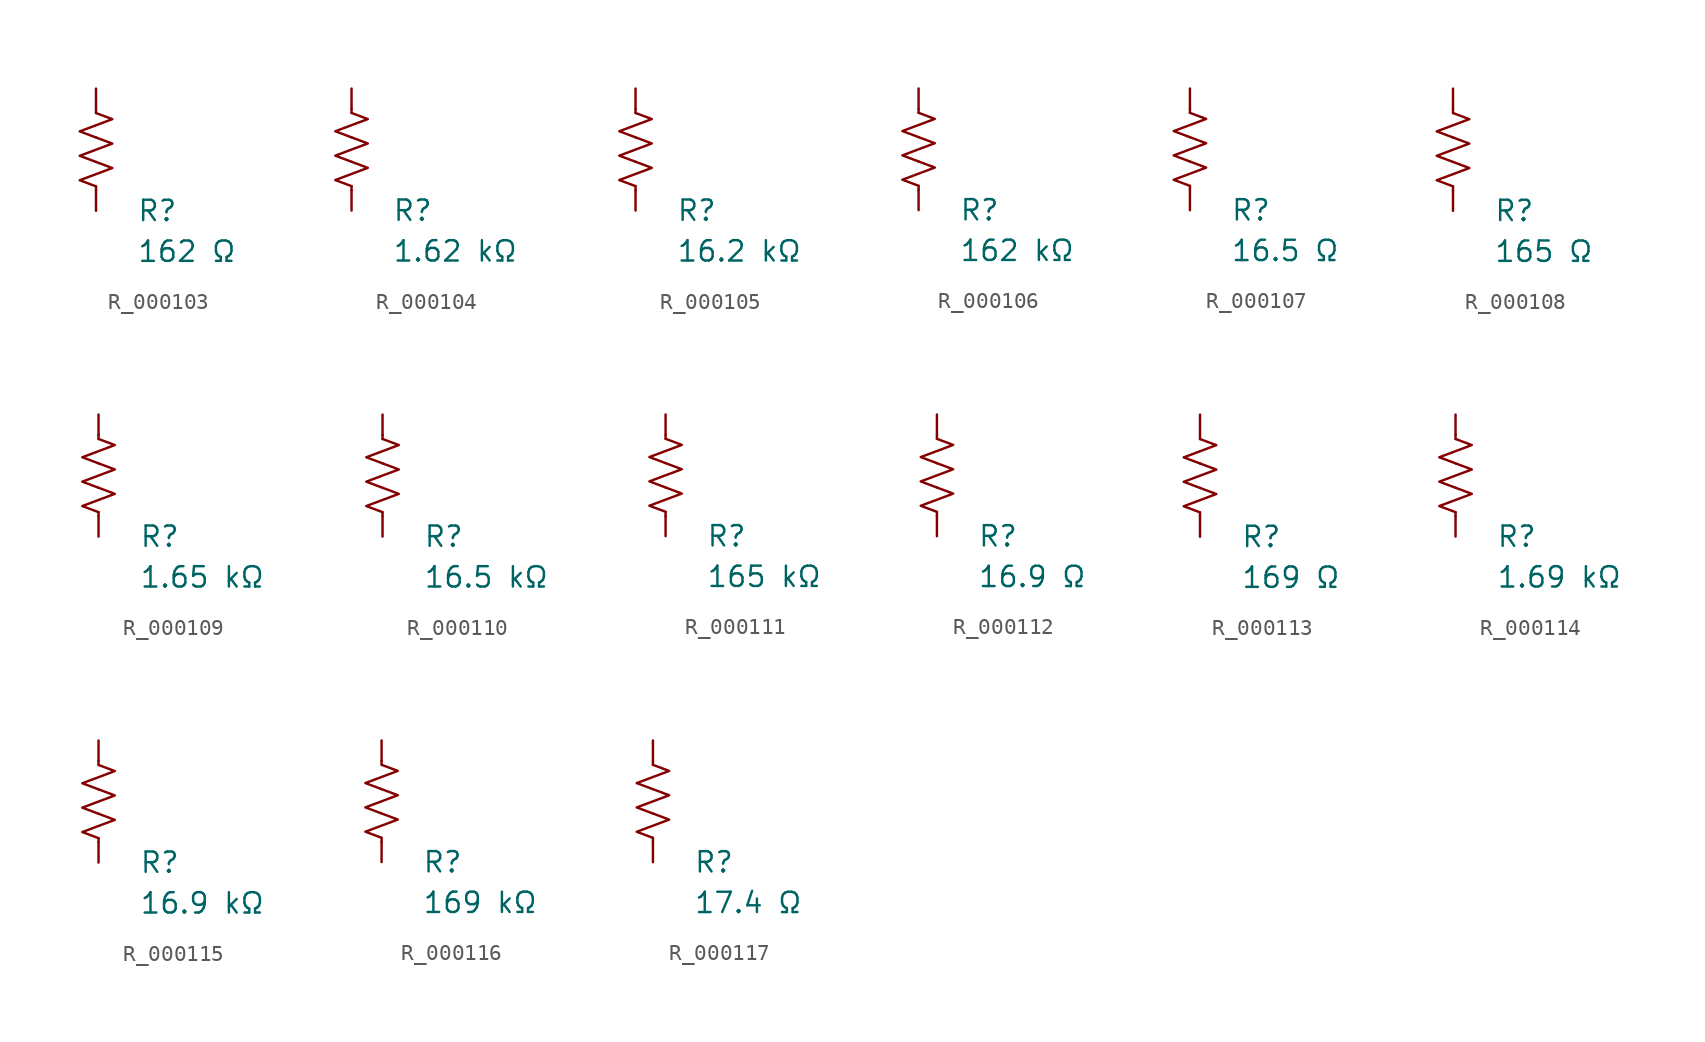
<source format=kicad_sym>
(kicad_symbol_lib
  (version 20231120)
  (generator "kicad_symbol_editor")
  (generator_version "8.0")
  (symbol "R_000103"
    (pin_numbers hide)
    (pin_names
      (offset 0))
    (property "Reference" "R"
      (at 2.54 -3.81 0)
      (effects (font (size 1.27 1.27)) (justify left))
      (show_name no))
    (property "Value" "162 Ω"
      (at 2.54 -6.35 0)
      (effects (font (size 1.27 1.27)) (justify left))
      (show_name no))
    (symbol "R_000103_0_1"
      (polyline (pts (xy 0 -2.286) (xy 0 -2.54)) (stroke (width 0) (type default)) (fill (type none)))
      (polyline (pts (xy 0 2.286) (xy 0 2.54)) (stroke (width 0) (type default)) (fill (type none)))
      (polyline (pts (xy 0 -0.762) (xy 1.016 -1.143) (xy 0 -1.524) (xy -1.016 -1.905) (xy 0 -2.286)) (stroke (width 0) (type default)) (fill (type none)))
      (polyline (pts (xy 0 0.762) (xy 1.016 0.381) (xy 0 0) (xy -1.016 -0.381) (xy 0 -0.762)) (stroke (width 0) (type default)) (fill (type none)))
      (polyline (pts (xy 0 2.286) (xy 1.016 1.905) (xy 0 1.524) (xy -1.016 1.143) (xy 0 0.762)) (stroke (width 0) (type default)) (fill (type none))))
    (symbol "R_000103_1_1"
      (pin passive line (at 0 3.81 270) (length 1.27) (name "~" (effects (font (size 1.27 1.27)))) (number "1" (effects (font (size 1.27 1.27)))))
      (pin passive line (at 0 -3.81 90) (length 1.27) (name "~" (effects (font (size 1.27 1.27)))) (number "2" (effects (font (size 1.27 1.27)))))))
  (symbol "R_000104"
    (pin_numbers hide)
    (pin_names
      (offset 0))
    (property "Reference" "R"
      (at 2.54 -3.81 0)
      (effects (font (size 1.27 1.27)) (justify left))
      (show_name no))
    (property "Value" "1.62 kΩ"
      (at 2.54 -6.35 0)
      (effects (font (size 1.27 1.27)) (justify left))
      (show_name no))
    (symbol "R_000104_0_1"
      (polyline (pts (xy 0 -2.286) (xy 0 -2.54)) (stroke (width 0) (type default)) (fill (type none)))
      (polyline (pts (xy 0 2.286) (xy 0 2.54)) (stroke (width 0) (type default)) (fill (type none)))
      (polyline (pts (xy 0 -0.762) (xy 1.016 -1.143) (xy 0 -1.524) (xy -1.016 -1.905) (xy 0 -2.286)) (stroke (width 0) (type default)) (fill (type none)))
      (polyline (pts (xy 0 0.762) (xy 1.016 0.381) (xy 0 0) (xy -1.016 -0.381) (xy 0 -0.762)) (stroke (width 0) (type default)) (fill (type none)))
      (polyline (pts (xy 0 2.286) (xy 1.016 1.905) (xy 0 1.524) (xy -1.016 1.143) (xy 0 0.762)) (stroke (width 0) (type default)) (fill (type none))))
    (symbol "R_000104_1_1"
      (pin passive line (at 0 3.81 270) (length 1.27) (name "~" (effects (font (size 1.27 1.27)))) (number "1" (effects (font (size 1.27 1.27)))))
      (pin passive line (at 0 -3.81 90) (length 1.27) (name "~" (effects (font (size 1.27 1.27)))) (number "2" (effects (font (size 1.27 1.27)))))))
  (symbol "R_000105"
    (pin_numbers hide)
    (pin_names
      (offset 0))
    (property "Reference" "R"
      (at 2.54 -3.81 0)
      (effects (font (size 1.27 1.27)) (justify left))
      (show_name no))
    (property "Value" "16.2 kΩ"
      (at 2.54 -6.35 0)
      (effects (font (size 1.27 1.27)) (justify left))
      (show_name no))
    (symbol "R_000105_0_1"
      (polyline (pts (xy 0 -2.286) (xy 0 -2.54)) (stroke (width 0) (type default)) (fill (type none)))
      (polyline (pts (xy 0 2.286) (xy 0 2.54)) (stroke (width 0) (type default)) (fill (type none)))
      (polyline (pts (xy 0 -0.762) (xy 1.016 -1.143) (xy 0 -1.524) (xy -1.016 -1.905) (xy 0 -2.286)) (stroke (width 0) (type default)) (fill (type none)))
      (polyline (pts (xy 0 0.762) (xy 1.016 0.381) (xy 0 0) (xy -1.016 -0.381) (xy 0 -0.762)) (stroke (width 0) (type default)) (fill (type none)))
      (polyline (pts (xy 0 2.286) (xy 1.016 1.905) (xy 0 1.524) (xy -1.016 1.143) (xy 0 0.762)) (stroke (width 0) (type default)) (fill (type none))))
    (symbol "R_000105_1_1"
      (pin passive line (at 0 3.81 270) (length 1.27) (name "~" (effects (font (size 1.27 1.27)))) (number "1" (effects (font (size 1.27 1.27)))))
      (pin passive line (at 0 -3.81 90) (length 1.27) (name "~" (effects (font (size 1.27 1.27)))) (number "2" (effects (font (size 1.27 1.27)))))))
  (symbol "R_000106"
    (pin_numbers hide)
    (pin_names
      (offset 0))
    (property "Reference" "R"
      (at 2.54 -3.81 0)
      (effects (font (size 1.27 1.27)) (justify left))
      (show_name no))
    (property "Value" "162 kΩ"
      (at 2.54 -6.35 0)
      (effects (font (size 1.27 1.27)) (justify left))
      (show_name no))
    (symbol "R_000106_0_1"
      (polyline (pts (xy 0 -2.286) (xy 0 -2.54)) (stroke (width 0) (type default)) (fill (type none)))
      (polyline (pts (xy 0 2.286) (xy 0 2.54)) (stroke (width 0) (type default)) (fill (type none)))
      (polyline (pts (xy 0 -0.762) (xy 1.016 -1.143) (xy 0 -1.524) (xy -1.016 -1.905) (xy 0 -2.286)) (stroke (width 0) (type default)) (fill (type none)))
      (polyline (pts (xy 0 0.762) (xy 1.016 0.381) (xy 0 0) (xy -1.016 -0.381) (xy 0 -0.762)) (stroke (width 0) (type default)) (fill (type none)))
      (polyline (pts (xy 0 2.286) (xy 1.016 1.905) (xy 0 1.524) (xy -1.016 1.143) (xy 0 0.762)) (stroke (width 0) (type default)) (fill (type none))))
    (symbol "R_000106_1_1"
      (pin passive line (at 0 3.81 270) (length 1.27) (name "~" (effects (font (size 1.27 1.27)))) (number "1" (effects (font (size 1.27 1.27)))))
      (pin passive line (at 0 -3.81 90) (length 1.27) (name "~" (effects (font (size 1.27 1.27)))) (number "2" (effects (font (size 1.27 1.27)))))))
  (symbol "R_000107"
    (pin_numbers hide)
    (pin_names
      (offset 0))
    (property "Reference" "R"
      (at 2.54 -3.81 0)
      (effects (font (size 1.27 1.27)) (justify left))
      (show_name no))
    (property "Value" "16.5 Ω"
      (at 2.54 -6.35 0)
      (effects (font (size 1.27 1.27)) (justify left))
      (show_name no))
    (symbol "R_000107_0_1"
      (polyline (pts (xy 0 -2.286) (xy 0 -2.54)) (stroke (width 0) (type default)) (fill (type none)))
      (polyline (pts (xy 0 2.286) (xy 0 2.54)) (stroke (width 0) (type default)) (fill (type none)))
      (polyline (pts (xy 0 -0.762) (xy 1.016 -1.143) (xy 0 -1.524) (xy -1.016 -1.905) (xy 0 -2.286)) (stroke (width 0) (type default)) (fill (type none)))
      (polyline (pts (xy 0 0.762) (xy 1.016 0.381) (xy 0 0) (xy -1.016 -0.381) (xy 0 -0.762)) (stroke (width 0) (type default)) (fill (type none)))
      (polyline (pts (xy 0 2.286) (xy 1.016 1.905) (xy 0 1.524) (xy -1.016 1.143) (xy 0 0.762)) (stroke (width 0) (type default)) (fill (type none))))
    (symbol "R_000107_1_1"
      (pin passive line (at 0 3.81 270) (length 1.27) (name "~" (effects (font (size 1.27 1.27)))) (number "1" (effects (font (size 1.27 1.27)))))
      (pin passive line (at 0 -3.81 90) (length 1.27) (name "~" (effects (font (size 1.27 1.27)))) (number "2" (effects (font (size 1.27 1.27)))))))
  (symbol "R_000108"
    (pin_numbers hide)
    (pin_names
      (offset 0))
    (property "Reference" "R"
      (at 2.54 -3.81 0)
      (effects (font (size 1.27 1.27)) (justify left))
      (show_name no))
    (property "Value" "165 Ω"
      (at 2.54 -6.35 0)
      (effects (font (size 1.27 1.27)) (justify left))
      (show_name no))
    (symbol "R_000108_0_1"
      (polyline (pts (xy 0 -2.286) (xy 0 -2.54)) (stroke (width 0) (type default)) (fill (type none)))
      (polyline (pts (xy 0 2.286) (xy 0 2.54)) (stroke (width 0) (type default)) (fill (type none)))
      (polyline (pts (xy 0 -0.762) (xy 1.016 -1.143) (xy 0 -1.524) (xy -1.016 -1.905) (xy 0 -2.286)) (stroke (width 0) (type default)) (fill (type none)))
      (polyline (pts (xy 0 0.762) (xy 1.016 0.381) (xy 0 0) (xy -1.016 -0.381) (xy 0 -0.762)) (stroke (width 0) (type default)) (fill (type none)))
      (polyline (pts (xy 0 2.286) (xy 1.016 1.905) (xy 0 1.524) (xy -1.016 1.143) (xy 0 0.762)) (stroke (width 0) (type default)) (fill (type none))))
    (symbol "R_000108_1_1"
      (pin passive line (at 0 3.81 270) (length 1.27) (name "~" (effects (font (size 1.27 1.27)))) (number "1" (effects (font (size 1.27 1.27)))))
      (pin passive line (at 0 -3.81 90) (length 1.27) (name "~" (effects (font (size 1.27 1.27)))) (number "2" (effects (font (size 1.27 1.27)))))))
  (symbol "R_000109"
    (pin_numbers hide)
    (pin_names
      (offset 0))
    (property "Reference" "R"
      (at 2.54 -3.81 0)
      (effects (font (size 1.27 1.27)) (justify left))
      (show_name no))
    (property "Value" "1.65 kΩ"
      (at 2.54 -6.35 0)
      (effects (font (size 1.27 1.27)) (justify left))
      (show_name no))
    (symbol "R_000109_0_1"
      (polyline (pts (xy 0 -2.286) (xy 0 -2.54)) (stroke (width 0) (type default)) (fill (type none)))
      (polyline (pts (xy 0 2.286) (xy 0 2.54)) (stroke (width 0) (type default)) (fill (type none)))
      (polyline (pts (xy 0 -0.762) (xy 1.016 -1.143) (xy 0 -1.524) (xy -1.016 -1.905) (xy 0 -2.286)) (stroke (width 0) (type default)) (fill (type none)))
      (polyline (pts (xy 0 0.762) (xy 1.016 0.381) (xy 0 0) (xy -1.016 -0.381) (xy 0 -0.762)) (stroke (width 0) (type default)) (fill (type none)))
      (polyline (pts (xy 0 2.286) (xy 1.016 1.905) (xy 0 1.524) (xy -1.016 1.143) (xy 0 0.762)) (stroke (width 0) (type default)) (fill (type none))))
    (symbol "R_000109_1_1"
      (pin passive line (at 0 3.81 270) (length 1.27) (name "~" (effects (font (size 1.27 1.27)))) (number "1" (effects (font (size 1.27 1.27)))))
      (pin passive line (at 0 -3.81 90) (length 1.27) (name "~" (effects (font (size 1.27 1.27)))) (number "2" (effects (font (size 1.27 1.27)))))))
  (symbol "R_000110"
    (pin_numbers hide)
    (pin_names
      (offset 0))
    (property "Reference" "R"
      (at 2.54 -3.81 0)
      (effects (font (size 1.27 1.27)) (justify left))
      (show_name no))
    (property "Value" "16.5 kΩ"
      (at 2.54 -6.35 0)
      (effects (font (size 1.27 1.27)) (justify left))
      (show_name no))
    (symbol "R_000110_0_1"
      (polyline (pts (xy 0 -2.286) (xy 0 -2.54)) (stroke (width 0) (type default)) (fill (type none)))
      (polyline (pts (xy 0 2.286) (xy 0 2.54)) (stroke (width 0) (type default)) (fill (type none)))
      (polyline (pts (xy 0 -0.762) (xy 1.016 -1.143) (xy 0 -1.524) (xy -1.016 -1.905) (xy 0 -2.286)) (stroke (width 0) (type default)) (fill (type none)))
      (polyline (pts (xy 0 0.762) (xy 1.016 0.381) (xy 0 0) (xy -1.016 -0.381) (xy 0 -0.762)) (stroke (width 0) (type default)) (fill (type none)))
      (polyline (pts (xy 0 2.286) (xy 1.016 1.905) (xy 0 1.524) (xy -1.016 1.143) (xy 0 0.762)) (stroke (width 0) (type default)) (fill (type none))))
    (symbol "R_000110_1_1"
      (pin passive line (at 0 3.81 270) (length 1.27) (name "~" (effects (font (size 1.27 1.27)))) (number "1" (effects (font (size 1.27 1.27)))))
      (pin passive line (at 0 -3.81 90) (length 1.27) (name "~" (effects (font (size 1.27 1.27)))) (number "2" (effects (font (size 1.27 1.27)))))))
  (symbol "R_000111"
    (pin_numbers hide)
    (pin_names
      (offset 0))
    (property "Reference" "R"
      (at 2.54 -3.81 0)
      (effects (font (size 1.27 1.27)) (justify left))
      (show_name no))
    (property "Value" "165 kΩ"
      (at 2.54 -6.35 0)
      (effects (font (size 1.27 1.27)) (justify left))
      (show_name no))
    (symbol "R_000111_0_1"
      (polyline (pts (xy 0 -2.286) (xy 0 -2.54)) (stroke (width 0) (type default)) (fill (type none)))
      (polyline (pts (xy 0 2.286) (xy 0 2.54)) (stroke (width 0) (type default)) (fill (type none)))
      (polyline (pts (xy 0 -0.762) (xy 1.016 -1.143) (xy 0 -1.524) (xy -1.016 -1.905) (xy 0 -2.286)) (stroke (width 0) (type default)) (fill (type none)))
      (polyline (pts (xy 0 0.762) (xy 1.016 0.381) (xy 0 0) (xy -1.016 -0.381) (xy 0 -0.762)) (stroke (width 0) (type default)) (fill (type none)))
      (polyline (pts (xy 0 2.286) (xy 1.016 1.905) (xy 0 1.524) (xy -1.016 1.143) (xy 0 0.762)) (stroke (width 0) (type default)) (fill (type none))))
    (symbol "R_000111_1_1"
      (pin passive line (at 0 3.81 270) (length 1.27) (name "~" (effects (font (size 1.27 1.27)))) (number "1" (effects (font (size 1.27 1.27)))))
      (pin passive line (at 0 -3.81 90) (length 1.27) (name "~" (effects (font (size 1.27 1.27)))) (number "2" (effects (font (size 1.27 1.27)))))))
  (symbol "R_000112"
    (pin_numbers hide)
    (pin_names
      (offset 0))
    (property "Reference" "R"
      (at 2.54 -3.81 0)
      (effects (font (size 1.27 1.27)) (justify left))
      (show_name no))
    (property "Value" "16.9 Ω"
      (at 2.54 -6.35 0)
      (effects (font (size 1.27 1.27)) (justify left))
      (show_name no))
    (symbol "R_000112_0_1"
      (polyline (pts (xy 0 -2.286) (xy 0 -2.54)) (stroke (width 0) (type default)) (fill (type none)))
      (polyline (pts (xy 0 2.286) (xy 0 2.54)) (stroke (width 0) (type default)) (fill (type none)))
      (polyline (pts (xy 0 -0.762) (xy 1.016 -1.143) (xy 0 -1.524) (xy -1.016 -1.905) (xy 0 -2.286)) (stroke (width 0) (type default)) (fill (type none)))
      (polyline (pts (xy 0 0.762) (xy 1.016 0.381) (xy 0 0) (xy -1.016 -0.381) (xy 0 -0.762)) (stroke (width 0) (type default)) (fill (type none)))
      (polyline (pts (xy 0 2.286) (xy 1.016 1.905) (xy 0 1.524) (xy -1.016 1.143) (xy 0 0.762)) (stroke (width 0) (type default)) (fill (type none))))
    (symbol "R_000112_1_1"
      (pin passive line (at 0 3.81 270) (length 1.27) (name "~" (effects (font (size 1.27 1.27)))) (number "1" (effects (font (size 1.27 1.27)))))
      (pin passive line (at 0 -3.81 90) (length 1.27) (name "~" (effects (font (size 1.27 1.27)))) (number "2" (effects (font (size 1.27 1.27)))))))
  (symbol "R_000113"
    (pin_numbers hide)
    (pin_names
      (offset 0))
    (property "Reference" "R"
      (at 2.54 -3.81 0)
      (effects (font (size 1.27 1.27)) (justify left))
      (show_name no))
    (property "Value" "169 Ω"
      (at 2.54 -6.35 0)
      (effects (font (size 1.27 1.27)) (justify left))
      (show_name no))
    (symbol "R_000113_0_1"
      (polyline (pts (xy 0 -2.286) (xy 0 -2.54)) (stroke (width 0) (type default)) (fill (type none)))
      (polyline (pts (xy 0 2.286) (xy 0 2.54)) (stroke (width 0) (type default)) (fill (type none)))
      (polyline (pts (xy 0 -0.762) (xy 1.016 -1.143) (xy 0 -1.524) (xy -1.016 -1.905) (xy 0 -2.286)) (stroke (width 0) (type default)) (fill (type none)))
      (polyline (pts (xy 0 0.762) (xy 1.016 0.381) (xy 0 0) (xy -1.016 -0.381) (xy 0 -0.762)) (stroke (width 0) (type default)) (fill (type none)))
      (polyline (pts (xy 0 2.286) (xy 1.016 1.905) (xy 0 1.524) (xy -1.016 1.143) (xy 0 0.762)) (stroke (width 0) (type default)) (fill (type none))))
    (symbol "R_000113_1_1"
      (pin passive line (at 0 3.81 270) (length 1.27) (name "~" (effects (font (size 1.27 1.27)))) (number "1" (effects (font (size 1.27 1.27)))))
      (pin passive line (at 0 -3.81 90) (length 1.27) (name "~" (effects (font (size 1.27 1.27)))) (number "2" (effects (font (size 1.27 1.27)))))))
  (symbol "R_000114"
    (pin_numbers hide)
    (pin_names
      (offset 0))
    (property "Reference" "R"
      (at 2.54 -3.81 0)
      (effects (font (size 1.27 1.27)) (justify left))
      (show_name no))
    (property "Value" "1.69 kΩ"
      (at 2.54 -6.35 0)
      (effects (font (size 1.27 1.27)) (justify left))
      (show_name no))
    (symbol "R_000114_0_1"
      (polyline (pts (xy 0 -2.286) (xy 0 -2.54)) (stroke (width 0) (type default)) (fill (type none)))
      (polyline (pts (xy 0 2.286) (xy 0 2.54)) (stroke (width 0) (type default)) (fill (type none)))
      (polyline (pts (xy 0 -0.762) (xy 1.016 -1.143) (xy 0 -1.524) (xy -1.016 -1.905) (xy 0 -2.286)) (stroke (width 0) (type default)) (fill (type none)))
      (polyline (pts (xy 0 0.762) (xy 1.016 0.381) (xy 0 0) (xy -1.016 -0.381) (xy 0 -0.762)) (stroke (width 0) (type default)) (fill (type none)))
      (polyline (pts (xy 0 2.286) (xy 1.016 1.905) (xy 0 1.524) (xy -1.016 1.143) (xy 0 0.762)) (stroke (width 0) (type default)) (fill (type none))))
    (symbol "R_000114_1_1"
      (pin passive line (at 0 3.81 270) (length 1.27) (name "~" (effects (font (size 1.27 1.27)))) (number "1" (effects (font (size 1.27 1.27)))))
      (pin passive line (at 0 -3.81 90) (length 1.27) (name "~" (effects (font (size 1.27 1.27)))) (number "2" (effects (font (size 1.27 1.27)))))))
  (symbol "R_000115"
    (pin_numbers hide)
    (pin_names
      (offset 0))
    (property "Reference" "R"
      (at 2.54 -3.81 0)
      (effects (font (size 1.27 1.27)) (justify left))
      (show_name no))
    (property "Value" "16.9 kΩ"
      (at 2.54 -6.35 0)
      (effects (font (size 1.27 1.27)) (justify left))
      (show_name no))
    (symbol "R_000115_0_1"
      (polyline (pts (xy 0 -2.286) (xy 0 -2.54)) (stroke (width 0) (type default)) (fill (type none)))
      (polyline (pts (xy 0 2.286) (xy 0 2.54)) (stroke (width 0) (type default)) (fill (type none)))
      (polyline (pts (xy 0 -0.762) (xy 1.016 -1.143) (xy 0 -1.524) (xy -1.016 -1.905) (xy 0 -2.286)) (stroke (width 0) (type default)) (fill (type none)))
      (polyline (pts (xy 0 0.762) (xy 1.016 0.381) (xy 0 0) (xy -1.016 -0.381) (xy 0 -0.762)) (stroke (width 0) (type default)) (fill (type none)))
      (polyline (pts (xy 0 2.286) (xy 1.016 1.905) (xy 0 1.524) (xy -1.016 1.143) (xy 0 0.762)) (stroke (width 0) (type default)) (fill (type none))))
    (symbol "R_000115_1_1"
      (pin passive line (at 0 3.81 270) (length 1.27) (name "~" (effects (font (size 1.27 1.27)))) (number "1" (effects (font (size 1.27 1.27)))))
      (pin passive line (at 0 -3.81 90) (length 1.27) (name "~" (effects (font (size 1.27 1.27)))) (number "2" (effects (font (size 1.27 1.27)))))))
  (symbol "R_000116"
    (pin_numbers hide)
    (pin_names
      (offset 0))
    (property "Reference" "R"
      (at 2.54 -3.81 0)
      (effects (font (size 1.27 1.27)) (justify left))
      (show_name no))
    (property "Value" "169 kΩ"
      (at 2.54 -6.35 0)
      (effects (font (size 1.27 1.27)) (justify left))
      (show_name no))
    (symbol "R_000116_0_1"
      (polyline (pts (xy 0 -2.286) (xy 0 -2.54)) (stroke (width 0) (type default)) (fill (type none)))
      (polyline (pts (xy 0 2.286) (xy 0 2.54)) (stroke (width 0) (type default)) (fill (type none)))
      (polyline (pts (xy 0 -0.762) (xy 1.016 -1.143) (xy 0 -1.524) (xy -1.016 -1.905) (xy 0 -2.286)) (stroke (width 0) (type default)) (fill (type none)))
      (polyline (pts (xy 0 0.762) (xy 1.016 0.381) (xy 0 0) (xy -1.016 -0.381) (xy 0 -0.762)) (stroke (width 0) (type default)) (fill (type none)))
      (polyline (pts (xy 0 2.286) (xy 1.016 1.905) (xy 0 1.524) (xy -1.016 1.143) (xy 0 0.762)) (stroke (width 0) (type default)) (fill (type none))))
    (symbol "R_000116_1_1"
      (pin passive line (at 0 3.81 270) (length 1.27) (name "~" (effects (font (size 1.27 1.27)))) (number "1" (effects (font (size 1.27 1.27)))))
      (pin passive line (at 0 -3.81 90) (length 1.27) (name "~" (effects (font (size 1.27 1.27)))) (number "2" (effects (font (size 1.27 1.27)))))))
  (symbol "R_000117"
    (pin_numbers hide)
    (pin_names
      (offset 0))
    (property "Reference" "R"
      (at 2.54 -3.81 0)
      (effects (font (size 1.27 1.27)) (justify left))
      (show_name no))
    (property "Value" "17.4 Ω"
      (at 2.54 -6.35 0)
      (effects (font (size 1.27 1.27)) (justify left))
      (show_name no))
    (symbol "R_000117_0_1"
      (polyline (pts (xy 0 -2.286) (xy 0 -2.54)) (stroke (width 0) (type default)) (fill (type none)))
      (polyline (pts (xy 0 2.286) (xy 0 2.54)) (stroke (width 0) (type default)) (fill (type none)))
      (polyline (pts (xy 0 -0.762) (xy 1.016 -1.143) (xy 0 -1.524) (xy -1.016 -1.905) (xy 0 -2.286)) (stroke (width 0) (type default)) (fill (type none)))
      (polyline (pts (xy 0 0.762) (xy 1.016 0.381) (xy 0 0) (xy -1.016 -0.381) (xy 0 -0.762)) (stroke (width 0) (type default)) (fill (type none)))
      (polyline (pts (xy 0 2.286) (xy 1.016 1.905) (xy 0 1.524) (xy -1.016 1.143) (xy 0 0.762)) (stroke (width 0) (type default)) (fill (type none))))
    (symbol "R_000117_1_1"
      (pin passive line (at 0 3.81 270) (length 1.27) (name "~" (effects (font (size 1.27 1.27)))) (number "1" (effects (font (size 1.27 1.27)))))
      (pin passive line (at 0 -3.81 90) (length 1.27) (name "~" (effects (font (size 1.27 1.27)))) (number "2" (effects (font (size 1.27 1.27))))))))
</source>
